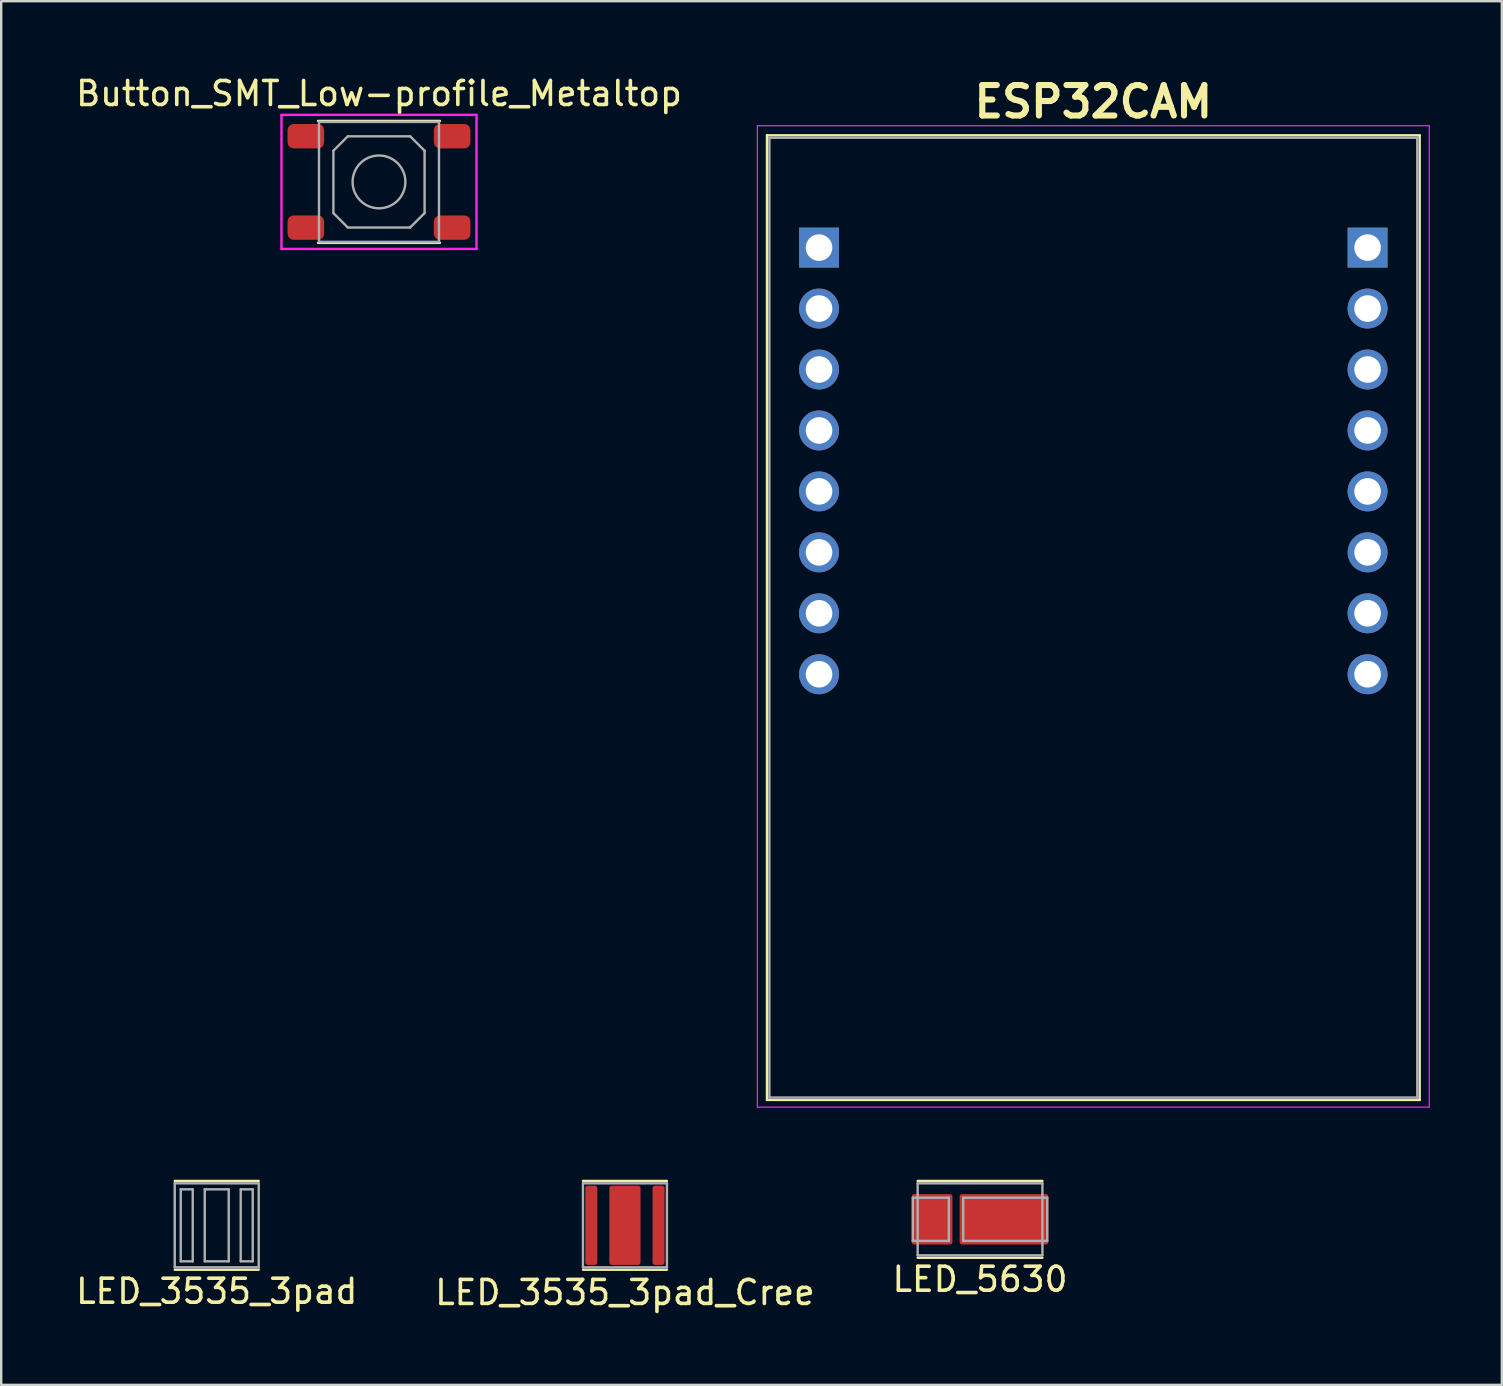
<source format=kicad_pcb>
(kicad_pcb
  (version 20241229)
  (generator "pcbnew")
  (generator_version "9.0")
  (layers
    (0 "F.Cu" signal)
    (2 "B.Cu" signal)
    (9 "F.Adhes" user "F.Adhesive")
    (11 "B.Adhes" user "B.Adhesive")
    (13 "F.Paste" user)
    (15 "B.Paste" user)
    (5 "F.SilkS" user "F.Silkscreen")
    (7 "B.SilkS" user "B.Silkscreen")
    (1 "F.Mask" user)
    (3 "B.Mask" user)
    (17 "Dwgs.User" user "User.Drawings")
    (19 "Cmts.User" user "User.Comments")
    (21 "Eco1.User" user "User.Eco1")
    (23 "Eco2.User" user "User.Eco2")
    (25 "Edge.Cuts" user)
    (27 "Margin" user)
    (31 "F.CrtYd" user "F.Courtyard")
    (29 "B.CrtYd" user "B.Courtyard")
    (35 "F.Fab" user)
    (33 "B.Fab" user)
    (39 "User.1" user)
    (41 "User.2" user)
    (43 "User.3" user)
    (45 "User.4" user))
  (footprint "LED_5630"
    (layer "F.Cu")
    (at 37.792 47.764)
    (property "Reference" "LED_5630" (at 0 2.5 0) (layer "F.SilkS") (effects (font (size 1 1) (thickness 0.15))))
    (attr smd)
    (fp_line (start -2.6 -1.6) (end 2.6 -1.6) (stroke (width 0.1) (type solid)) (layer "F.SilkS"))
    (fp_line (start -2.6 1.6) (end 2.6 1.6) (stroke (width 0.1) (type solid)) (layer "F.SilkS"))
    (fp_line (start -2.8 -0.9) (end -2.8 0.9) (stroke (width 0.1) (type solid)) (layer "F.Fab"))
    (fp_line (start -2.8 0.9) (end -1.3 0.9) (stroke (width 0.1) (type solid)) (layer "F.Fab"))
    (fp_line (start -2.6 -1.5) (end 2.6 -1.5) (stroke (width 0.1) (type solid)) (layer "F.Fab"))
    (fp_line (start -2.6 1.5) (end -2.6 -1.5) (stroke (width 0.1) (type solid)) (layer "F.Fab"))
    (fp_line (start -1.3 -0.9) (end -2.8 -0.9) (stroke (width 0.1) (type solid)) (layer "F.Fab"))
    (fp_line (start -1.3 -0.9) (end -1.3 0.9) (stroke (width 0.1) (type solid)) (layer "F.Fab"))
    (fp_line (start -0.7 -0.9) (end -0.7 0.9) (stroke (width 0.1) (type solid)) (layer "F.Fab"))
    (fp_line (start -0.7 0.9) (end 2.8 0.9) (stroke (width 0.1) (type solid)) (layer "F.Fab"))
    (fp_line (start 2.6 -1.5) (end 2.6 1.5) (stroke (width 0.1) (type solid)) (layer "F.Fab"))
    (fp_line (start 2.6 1.5) (end -2.6 1.5) (stroke (width 0.1) (type solid)) (layer "F.Fab"))
    (fp_line (start 2.8 -0.9) (end -0.7 -0.9) (stroke (width 0.1) (type solid)) (layer "F.Fab"))
    (fp_line (start 2.8 0.9) (end 2.8 -0.9) (stroke (width 0.1) (type solid)) (layer "F.Fab"))
    (pad "1" smd roundrect (at -2 0 180) (size 1.7 2.1) (layers "F.Cu" "F.Mask" "F.Paste") (roundrect_rratio 0.059))
    (pad "2" smd roundrect (at 1 0 180) (size 3.7 2.1) (layers "F.Cu" "F.Mask" "F.Paste") (roundrect_rratio 0.048)))
  (footprint "Button_SMT_Low-profile_Metaltop"
    (layer "F.Cu")
    (at 12.744 4.531)
    (property "Reference" "Button_SMT_Low-profile_Metaltop" (at 0 -3.683 0) (layer "F.SilkS") (effects (font (size 1 1) (thickness 0.15))))
    (attr smd)
    (fp_line (start -2.54 2.54) (end 2.54 2.54) (stroke (width 0.1) (type solid)) (layer "F.SilkS"))
    (fp_line (start 2.54 -2.54) (end -2.54 -2.54) (stroke (width 0.1) (type solid)) (layer "F.SilkS"))
    (fp_line (start -4.064 -2.794) (end -4.064 2.794) (stroke (width 0.1) (type solid)) (layer "F.CrtYd"))
    (fp_line (start -4.064 2.794) (end 4.064 2.794) (stroke (width 0.1) (type solid)) (layer "F.CrtYd"))
    (fp_line (start 4.064 -2.794) (end -4.064 -2.794) (stroke (width 0.1) (type solid)) (layer "F.CrtYd"))
    (fp_line (start 4.064 2.794) (end 4.064 -2.794) (stroke (width 0.1) (type solid)) (layer "F.CrtYd"))
    (fp_line (start -2.5 -2.5) (end -2.5 2.5) (stroke (width 0.1) (type solid)) (layer "F.Fab"))
    (fp_line (start -2.5 2.5) (end 2.5 2.5) (stroke (width 0.1) (type solid)) (layer "F.Fab"))
    (fp_line (start -1.9 -1.3) (end -1.9 1.3) (stroke (width 0.1) (type solid)) (layer "F.Fab"))
    (fp_line (start -1.9 1.3) (end -1.3 1.9) (stroke (width 0.1) (type solid)) (layer "F.Fab"))
    (fp_line (start -1.3 -1.9) (end -1.9 -1.3) (stroke (width 0.1) (type solid)) (layer "F.Fab"))
    (fp_line (start -1.3 1.9) (end 1.3 1.9) (stroke (width 0.1) (type solid)) (layer "F.Fab"))
    (fp_line (start 1.3 -1.9) (end -1.3 -1.9) (stroke (width 0.1) (type solid)) (layer "F.Fab"))
    (fp_line (start 1.3 1.9) (end 1.9 1.3) (stroke (width 0.1) (type solid)) (layer "F.Fab"))
    (fp_line (start 1.9 -1.3) (end 1.3 -1.9) (stroke (width 0.1) (type solid)) (layer "F.Fab"))
    (fp_line (start 1.9 1.3) (end 1.9 -1.3) (stroke (width 0.1) (type solid)) (layer "F.Fab"))
    (fp_line (start 2.5 -2.5) (end -2.5 -2.5) (stroke (width 0.1) (type solid)) (layer "F.Fab"))
    (fp_line (start 2.5 2.5) (end 2.5 -2.5) (stroke (width 0.1) (type solid)) (layer "F.Fab"))
    (fp_circle (center 0 0) (end 1.1 0) (stroke (width 0.1) (type solid)) (fill no) (layer "F.Fab"))
    (pad "1" smd roundrect (at -3.048 -1.905) (size 1.524 1.016) (layers "F.Cu" "F.Mask" "F.Paste") (roundrect_rratio 0.25))
    (pad "1" smd roundrect (at 3.048 -1.905) (size 1.524 1.016) (layers "F.Cu" "F.Mask" "F.Paste") (roundrect_rratio 0.25))
    (pad "2" smd roundrect (at -3.048 1.905) (size 1.524 1.016) (layers "F.Cu" "F.Mask" "F.Paste") (roundrect_rratio 0.25))
    (pad "2" smd roundrect (at 3.048 1.905) (size 1.524 1.016) (layers "F.Cu" "F.Mask" "F.Paste") (roundrect_rratio 0.25)))
  (footprint "ESP32CAM"
    (layer "F.Cu")
    (at 42.513 22.689)
    (property "Reference" "ESP32CAM" (at 0 -21.5 0) (layer "F.SilkS") (effects (font (size 1.27 1.27) (thickness 0.254))))
    (attr through_hole)
    (fp_line (start -13.6 -20.1) (end 13.6 -20.1) (stroke (width 0.1) (type solid)) (layer "F.SilkS"))
    (fp_line (start -13.6 20.1) (end -13.6 -20.1) (stroke (width 0.1) (type solid)) (layer "F.SilkS"))
    (fp_line (start 13.6 -20.1) (end 13.6 20.1) (stroke (width 0.1) (type solid)) (layer "F.SilkS"))
    (fp_line (start 13.6 20.1) (end -13.6 20.1) (stroke (width 0.1) (type solid)) (layer "F.SilkS"))
    (fp_line (start -14 -20.5) (end 14 -20.5) (stroke (width 0.05) (type solid)) (layer "F.CrtYd"))
    (fp_line (start -14 20.4) (end -14 -20.5) (stroke (width 0.05) (type solid)) (layer "F.CrtYd"))
    (fp_line (start 14 -20.5) (end 14 20.4) (stroke (width 0.05) (type solid)) (layer "F.CrtYd"))
    (fp_line (start 14 20.4) (end -14 20.4) (stroke (width 0.05) (type solid)) (layer "F.CrtYd"))
    (fp_line (start -13.5 -20) (end -13.5 20) (stroke (width 0.1) (type solid)) (layer "F.Fab"))
    (fp_line (start -13.5 20) (end 13.5 20) (stroke (width 0.1) (type solid)) (layer "F.Fab"))
    (fp_line (start 13.5 -20) (end -13.5 -20) (stroke (width 0.1) (type solid)) (layer "F.Fab"))
    (fp_line (start 13.5 20) (end 13.5 -20) (stroke (width 0.1) (type solid)) (layer "F.Fab"))
    (pad "1" thru_hole circle (at -11.43 2.36) (size 1.665 1.665) (drill 1.11) (layers "*.Cu" "*.Mask"))
    (pad "2" thru_hole circle (at -11.43 -0.18) (size 1.665 1.665) (drill 1.11) (layers "*.Cu" "*.Mask"))
    (pad "3" thru_hole circle (at -11.43 -2.72) (size 1.665 1.665) (drill 1.11) (layers "*.Cu" "*.Mask"))
    (pad "4" thru_hole circle (at -11.43 -5.26) (size 1.665 1.665) (drill 1.11) (layers "*.Cu" "*.Mask"))
    (pad "5" thru_hole circle (at -11.43 -7.8) (size 1.665 1.665) (drill 1.11) (layers "*.Cu" "*.Mask"))
    (pad "6" thru_hole circle (at -11.43 -10.34) (size 1.665 1.665) (drill 1.11) (layers "*.Cu" "*.Mask"))
    (pad "7" thru_hole circle (at -11.43 -12.88) (size 1.665 1.665) (drill 1.11) (layers "*.Cu" "*.Mask"))
    (pad "8" thru_hole rect (at -11.43 -15.42) (size 1.665 1.665) (drill 1.11) (layers "*.Cu" "*.Mask"))
    (pad "9" thru_hole rect (at 11.43 -15.42) (size 1.665 1.665) (drill 1.11) (layers "*.Cu" "*.Mask"))
    (pad "10" thru_hole circle (at 11.43 -12.88) (size 1.665 1.665) (drill 1.11) (layers "*.Cu" "*.Mask"))
    (pad "11" thru_hole circle (at 11.43 -10.34) (size 1.665 1.665) (drill 1.11) (layers "*.Cu" "*.Mask"))
    (pad "12" thru_hole circle (at 11.43 -7.8) (size 1.665 1.665) (drill 1.11) (layers "*.Cu" "*.Mask"))
    (pad "13" thru_hole circle (at 11.43 -5.26) (size 1.665 1.665) (drill 1.11) (layers "*.Cu" "*.Mask"))
    (pad "14" thru_hole circle (at 11.43 -2.72) (size 1.665 1.665) (drill 1.11) (layers "*.Cu" "*.Mask"))
    (pad "15" thru_hole circle (at 11.43 -0.18) (size 1.665 1.665) (drill 1.11) (layers "*.Cu" "*.Mask"))
    (pad "16" thru_hole circle (at 11.43 2.36) (size 1.665 1.665) (drill 1.11) (layers "*.Cu" "*.Mask")))
  (footprint "LED_3535_3pad_Cree"
    (layer "F.Cu")
    (at 22.994 48.014)
    (property "Reference" "LED_3535_3pad_Cree" (at 0 2.8 0) (layer "F.SilkS") (effects (font (size 1 1) (thickness 0.15))))
    (attr smd)
    (fp_line (start -1.75 -1.85) (end 1.75 -1.85) (stroke (width 0.1) (type solid)) (layer "F.SilkS"))
    (fp_line (start -1.75 1.85) (end 1.75 1.85) (stroke (width 0.1) (type solid)) (layer "F.SilkS"))
    (fp_line (start -1.75 -1.75) (end 1.75 -1.75) (stroke (width 0.1) (type solid)) (layer "F.Fab"))
    (fp_line (start -1.75 1.75) (end -1.75 -1.75) (stroke (width 0.1) (type solid)) (layer "F.Fab"))
    (fp_line (start 1.75 -1.75) (end 1.75 1.75) (stroke (width 0.1) (type solid)) (layer "F.Fab"))
    (fp_line (start 1.75 1.75) (end -1.75 1.75) (stroke (width 0.1) (type solid)) (layer "F.Fab"))
    (pad "1" smd roundrect (at -1.4 0 90) (size 3.3 0.5) (layers "F.Cu" "F.Mask" "F.Paste") (roundrect_rratio 0.2))
    (pad "2" smd roundrect (at 1.4 0 90) (size 3.3 0.5) (layers "F.Cu" "F.Mask" "F.Paste") (roundrect_rratio 0.2))
    (pad "3" smd roundrect (at 0 0 90) (size 3.3 1.3) (layers "F.Cu" "F.Mask" "F.Paste") (roundrect_rratio 0.077)))
  (footprint "LED_3535_3pad"
    (layer "F.Cu")
    (at 5.982 48.014)
    (property "Reference" "LED_3535_3pad" (at 0 2.75 0) (layer "F.SilkS") (effects (font (size 1 1) (thickness 0.15))))
    (attr smd)
    (fp_line (start -1.75 -1.85) (end 1.75 -1.85) (stroke (width 0.1) (type solid)) (layer "F.SilkS"))
    (fp_line (start -1.75 1.85) (end 1.75 1.85) (stroke (width 0.1) (type solid)) (layer "F.SilkS"))
    (fp_line (start -1.75 -1.75) (end 1.75 -1.75) (stroke (width 0.1) (type solid)) (layer "F.Fab"))
    (fp_line (start -1.75 1.75) (end -1.75 -1.75) (stroke (width 0.1) (type solid)) (layer "F.Fab"))
    (fp_line (start -1.5 -1.5) (end -1.5 1.5) (stroke (width 0.1) (type solid)) (layer "F.Fab"))
    (fp_line (start -1.5 -1.5) (end -1 -1.5) (stroke (width 0.1) (type solid)) (layer "F.Fab"))
    (fp_line (start -1.5 1.5) (end -1 1.5) (stroke (width 0.1) (type solid)) (layer "F.Fab"))
    (fp_line (start -1 -1.5) (end -1 1.5) (stroke (width 0.1) (type solid)) (layer "F.Fab"))
    (fp_line (start -0.5 -1.5) (end -0.5 1.5) (stroke (width 0.1) (type solid)) (layer "F.Fab"))
    (fp_line (start -0.5 -1.5) (end 0.5 -1.5) (stroke (width 0.1) (type solid)) (layer "F.Fab"))
    (fp_line (start -0.5 1.5) (end 0.5 1.5) (stroke (width 0.1) (type solid)) (layer "F.Fab"))
    (fp_line (start 0.5 -1.5) (end 0.5 1.5) (stroke (width 0.1) (type solid)) (layer "F.Fab"))
    (fp_line (start 1 -1.5) (end 1 1.5) (stroke (width 0.1) (type solid)) (layer "F.Fab"))
    (fp_line (start 1 -1.5) (end 1.5 -1.5) (stroke (width 0.1) (type solid)) (layer "F.Fab"))
    (fp_line (start 1 1.5) (end 1.5 1.5) (stroke (width 0.1) (type solid)) (layer "F.Fab"))
    (fp_line (start 1.5 -1.5) (end 1.5 1.5) (stroke (width 0.1) (type solid)) (layer "F.Fab"))
    (fp_line (start 1.75 -1.75) (end 1.75 1.75) (stroke (width 0.1) (type solid)) (layer "F.Fab"))
    (fp_line (start 1.75 1.75) (end -1.75 1.75) (stroke (width 0.1) (type solid)) (layer "F.Fab")))
  (gr_rect
    (start -3 -3)
    (end 59.538 54.662)
    (stroke (width 0.1) (type default))
    (fill no)
    (layer "Edge.Cuts")))
</source>
